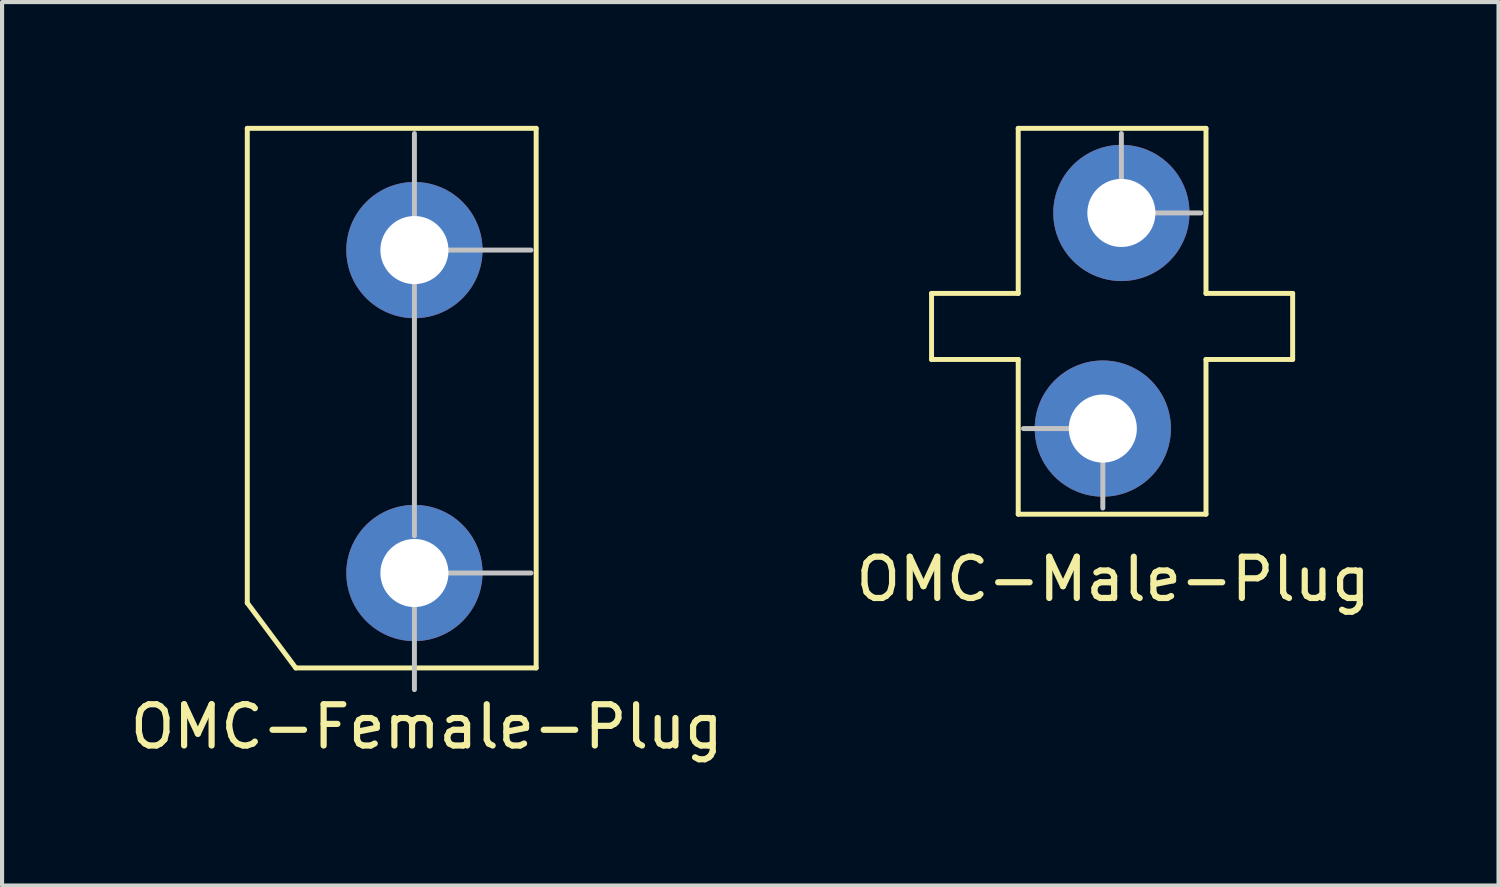
<source format=kicad_pcb>
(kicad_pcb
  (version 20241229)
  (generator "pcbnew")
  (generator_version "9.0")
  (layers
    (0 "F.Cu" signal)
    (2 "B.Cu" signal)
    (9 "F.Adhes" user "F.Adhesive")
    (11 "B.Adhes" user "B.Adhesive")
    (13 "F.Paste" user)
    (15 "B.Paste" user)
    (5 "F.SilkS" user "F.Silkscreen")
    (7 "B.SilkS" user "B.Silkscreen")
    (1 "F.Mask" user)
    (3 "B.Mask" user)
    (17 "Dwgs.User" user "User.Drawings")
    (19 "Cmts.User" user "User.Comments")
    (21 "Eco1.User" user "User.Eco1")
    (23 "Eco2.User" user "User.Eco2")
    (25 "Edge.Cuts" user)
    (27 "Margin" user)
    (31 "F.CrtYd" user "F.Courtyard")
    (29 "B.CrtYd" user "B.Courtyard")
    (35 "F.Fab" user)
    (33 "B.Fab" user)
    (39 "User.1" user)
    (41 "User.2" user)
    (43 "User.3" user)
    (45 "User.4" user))
  (footprint "OMC-Female-Plug"
    (layer "F.Cu")
    (at 6.342 6.96)
    (property "Reference" "OMC-Female-Plug" (at 0.95 7.6 0) (layer "F.SilkS") (effects (font (size 1 1) (thickness 0.15))))
    (attr through_hole)
    (fp_line (start -3.4 -6.9) (end -3.4 4.6) (stroke (width 0.12) (type solid)) (layer "F.SilkS"))
    (fp_line (start -3.4 4.6) (end -2.225 6.175) (stroke (width 0.12) (type solid)) (layer "F.SilkS"))
    (fp_line (start -2.225 6.175) (end 3.6 6.175) (stroke (width 0.12) (type solid)) (layer "F.SilkS"))
    (fp_line (start 3.6 -6.9) (end -3.4 -6.9) (stroke (width 0.12) (type solid)) (layer "F.SilkS"))
    (fp_line (start 3.6 -6.9) (end 3.6 6.175) (stroke (width 0.12) (type solid)) (layer "F.SilkS"))
    (fp_line (start 0.65 -4.775) (end 0.65 -6.775) (stroke (width 0.12) (type solid)) (layer "Dwgs.User"))
    (fp_line (start 0.65 -3.125) (end 0.65 2.975) (stroke (width 0.12) (type solid)) (layer "Dwgs.User"))
    (fp_line (start 0.65 4.7) (end 0.65 6.7) (stroke (width 0.12) (type solid)) (layer "Dwgs.User"))
    (fp_line (start 1.475 -3.95) (end 3.475 -3.95) (stroke (width 0.12) (type solid)) (layer "Dwgs.User"))
    (fp_line (start 1.475 3.875) (end 3.475 3.875) (stroke (width 0.12) (type solid)) (layer "Dwgs.User"))
    (pad "1" thru_hole circle (at 0.65 -3.95) (size 3.3 3.3) (drill 1.65) (layers "*.Cu" "*.Mask"))
    (pad "1" thru_hole circle (at 0.65 3.875) (size 3.3 3.3) (drill 1.65) (layers "*.Cu" "*.Mask")))
  (footprint "OMC-Male-Plug"
    (layer "F.Cu")
    (at 23.923 5.01)
    (property "Reference" "OMC-Male-Plug" (at 0 5.975 0) (layer "F.SilkS") (effects (font (size 1 1) (thickness 0.15))))
    (attr through_hole)
    (fp_line (start -4.4 -0.95) (end -4.4 0.65) (stroke (width 0.12) (type solid)) (layer "F.SilkS"))
    (fp_line (start -4.4 0.65) (end -2.3 0.65) (stroke (width 0.12) (type solid)) (layer "F.SilkS"))
    (fp_line (start -2.3 -4.95) (end -2.3 -0.95) (stroke (width 0.12) (type solid)) (layer "F.SilkS"))
    (fp_line (start -2.3 -0.95) (end -4.4 -0.95) (stroke (width 0.12) (type solid)) (layer "F.SilkS"))
    (fp_line (start -2.3 0.65) (end -2.3 4.4) (stroke (width 0.12) (type solid)) (layer "F.SilkS"))
    (fp_line (start 2.25 -4.95) (end -2.3 -4.95) (stroke (width 0.12) (type solid)) (layer "F.SilkS"))
    (fp_line (start 2.25 -4.95) (end 2.25 -0.95) (stroke (width 0.12) (type solid)) (layer "F.SilkS"))
    (fp_line (start 2.25 -0.95) (end 4.35 -0.95) (stroke (width 0.12) (type solid)) (layer "F.SilkS"))
    (fp_line (start 2.25 0.65) (end 2.25 4.4) (stroke (width 0.12) (type solid)) (layer "F.SilkS"))
    (fp_line (start 2.25 4.4) (end -2.3 4.4) (stroke (width 0.12) (type solid)) (layer "F.SilkS"))
    (fp_line (start 4.35 -0.95) (end 4.35 0.65) (stroke (width 0.12) (type solid)) (layer "F.SilkS"))
    (fp_line (start 4.35 0.65) (end 2.25 0.65) (stroke (width 0.12) (type solid)) (layer "F.SilkS"))
    (fp_line (start -1.075 2.325) (end -2.175 2.325) (stroke (width 0.12) (type solid)) (layer "Dwgs.User"))
    (fp_line (start -0.25 3.15) (end -0.25 4.25) (stroke (width 0.12) (type solid)) (layer "Dwgs.User"))
    (fp_line (start 0.2 -3.725) (end 0.2 -4.825) (stroke (width 0.12) (type solid)) (layer "Dwgs.User"))
    (fp_line (start 1.025 -2.9) (end 2.125 -2.9) (stroke (width 0.12) (type solid)) (layer "Dwgs.User"))
    (pad "1" thru_hole circle (at -0.25 2.325) (size 3.3 3.3) (drill 1.65) (layers "*.Cu" "*.Mask"))
    (pad "1" thru_hole circle (at 0.2 -2.9 270) (size 3.3 3.3) (drill 1.65) (layers "*.Cu" "*.Mask")))
  (gr_rect
    (start -3 -3)
    (end 33.262 18.408)
    (stroke (width 0.1) (type default))
    (fill no)
    (layer "Edge.Cuts")))
</source>
